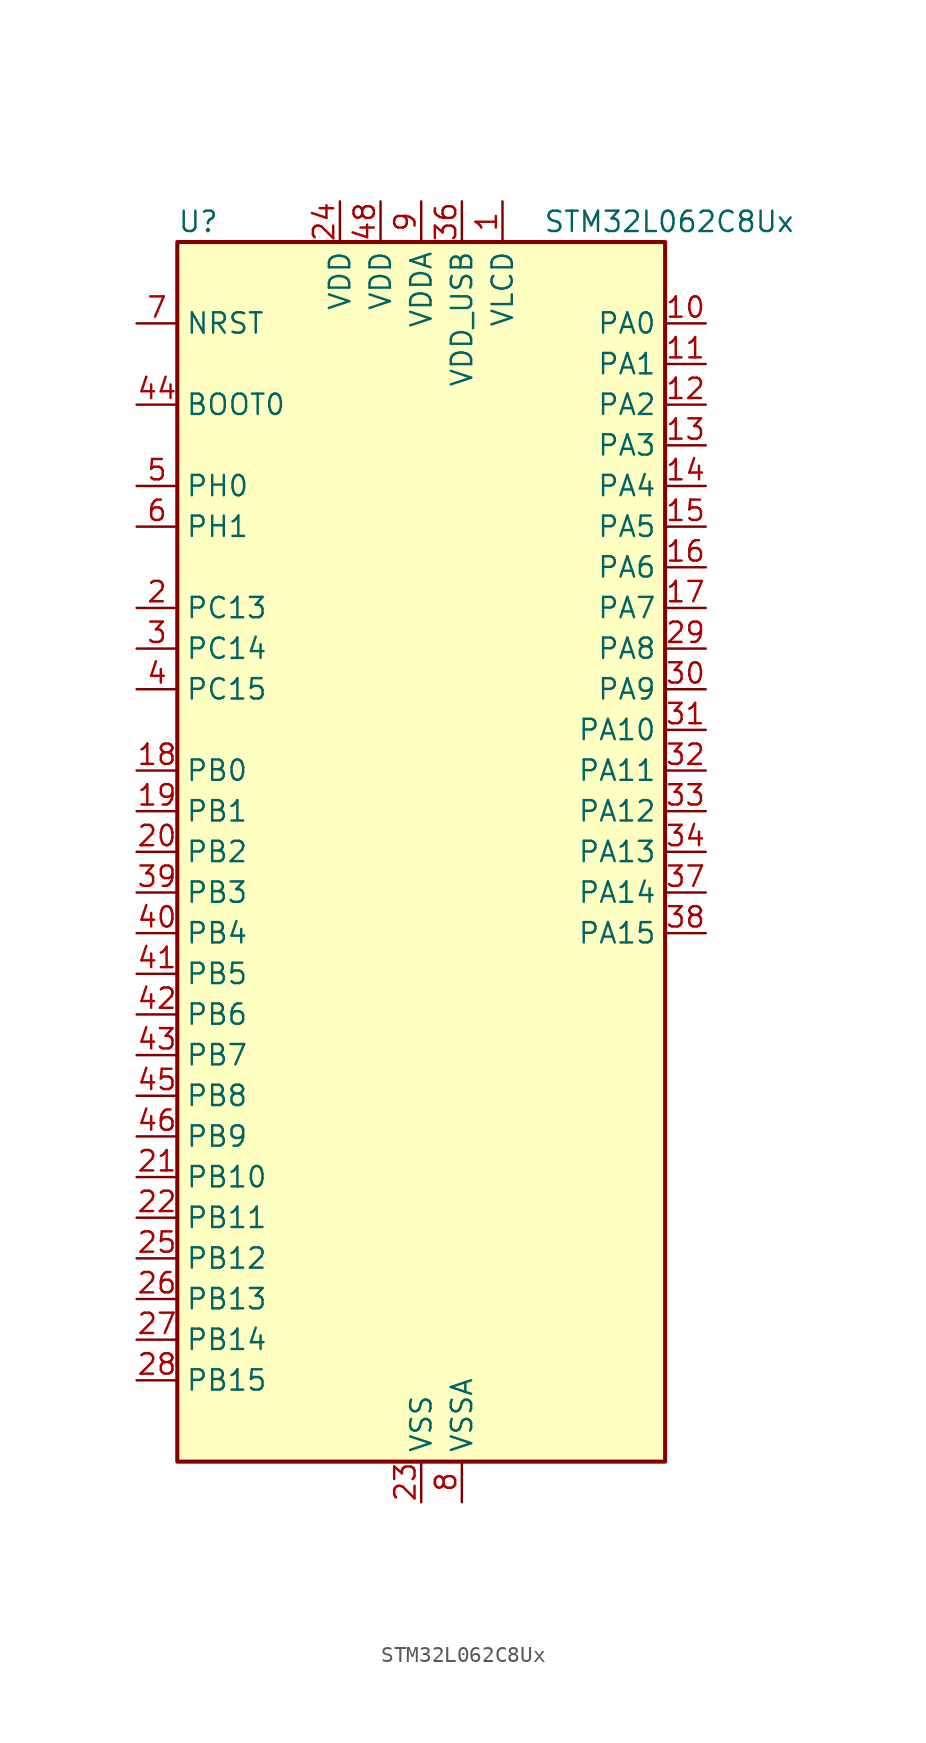
<source format=kicad_sym>
(kicad_symbol_lib
  (version 20241209)
  (generator "kicad_symbol_editor")
  (generator_version "9.0")
  (symbol "STM32L062C8Ux"
    (property "Reference" "U"
      (at -15.24 39.37 0)
      (effects (font (size 1.27 1.27)) (justify left)))
    (property "Value" "STM32L062C8Ux"
      (at 7.62 39.37 0)
      (effects (font (size 1.27 1.27)) (justify left)))
    (symbol "STM32L062C8Ux_0_1"
      (rectangle (start -15.24 -38.1) (end 15.24 38.1) (stroke (width 0.254) (type default)) (fill (type background))))
    (symbol "STM32L062C8Ux_1_1"
      (pin input line (at -17.78 33.02 0) (length 2.54) (name "NRST" (effects (font (size 1.27 1.27)))) (number "7" (effects (font (size 1.27 1.27)))))
      (pin input line (at -17.78 27.94 0) (length 2.54) (name "BOOT0" (effects (font (size 1.27 1.27)))) (number "44" (effects (font (size 1.27 1.27)))))
      (pin bidirectional line (at -17.78 22.86 0) (length 2.54) (name "PH0" (effects (font (size 1.27 1.27)))) (number "5" (effects (font (size 1.27 1.27)))) (alternate "CRS_SYNC" bidirectional line) (alternate "RCC_OSC_IN" bidirectional line))
      (pin bidirectional line (at -17.78 20.32 0) (length 2.54) (name "PH1" (effects (font (size 1.27 1.27)))) (number "6" (effects (font (size 1.27 1.27)))) (alternate "RCC_OSC_OUT" bidirectional line))
      (pin bidirectional line (at -17.78 15.24 0) (length 2.54) (name "PC13" (effects (font (size 1.27 1.27)))) (number "2" (effects (font (size 1.27 1.27)))) (alternate "RTC_OUT_ALARM" bidirectional line) (alternate "RTC_OUT_CALIB" bidirectional line) (alternate "RTC_TAMP1" bidirectional line) (alternate "RTC_TS" bidirectional line) (alternate "SYS_WKUP2" bidirectional line))
      (pin bidirectional line (at -17.78 12.7 0) (length 2.54) (name "PC14" (effects (font (size 1.27 1.27)))) (number "3" (effects (font (size 1.27 1.27)))) (alternate "RCC_OSC32_IN" bidirectional line))
      (pin bidirectional line (at -17.78 10.16 0) (length 2.54) (name "PC15" (effects (font (size 1.27 1.27)))) (number "4" (effects (font (size 1.27 1.27)))) (alternate "RCC_OSC32_OUT" bidirectional line))
      (pin bidirectional line (at -17.78 5.08 0) (length 2.54) (name "PB0" (effects (font (size 1.27 1.27)))) (number "18" (effects (font (size 1.27 1.27)))) (alternate "ADC_IN8" bidirectional line) (alternate "SYS_VREF_OUT_PB0" bidirectional line) (alternate "TSC_G3_IO2" bidirectional line))
      (pin bidirectional line (at -17.78 2.54 0) (length 2.54) (name "PB1" (effects (font (size 1.27 1.27)))) (number "19" (effects (font (size 1.27 1.27)))) (alternate "ADC_IN9" bidirectional line) (alternate "LPUART1_DE" bidirectional line) (alternate "LPUART1_RTS" bidirectional line) (alternate "SYS_VREF_OUT_PB1" bidirectional line) (alternate "TSC_G3_IO3" bidirectional line))
      (pin bidirectional line (at -17.78 0 0) (length 2.54) (name "PB2" (effects (font (size 1.27 1.27)))) (number "20" (effects (font (size 1.27 1.27)))) (alternate "LPTIM1_OUT" bidirectional line) (alternate "TSC_G3_IO4" bidirectional line))
      (pin bidirectional line (at -17.78 -2.54 0) (length 2.54) (name "PB3" (effects (font (size 1.27 1.27)))) (number "39" (effects (font (size 1.27 1.27)))) (alternate "COMP2_INM" bidirectional line) (alternate "SPI1_SCK" bidirectional line) (alternate "TIM2_CH2" bidirectional line) (alternate "TSC_G5_IO1" bidirectional line))
      (pin bidirectional line (at -17.78 -5.08 0) (length 2.54) (name "PB4" (effects (font (size 1.27 1.27)))) (number "40" (effects (font (size 1.27 1.27)))) (alternate "COMP2_INP" bidirectional line) (alternate "SPI1_MISO" bidirectional line) (alternate "TIM22_CH1" bidirectional line) (alternate "TSC_G5_IO2" bidirectional line))
      (pin bidirectional line (at -17.78 -7.62 0) (length 2.54) (name "PB5" (effects (font (size 1.27 1.27)))) (number "41" (effects (font (size 1.27 1.27)))) (alternate "COMP2_INP" bidirectional line) (alternate "I2C1_SMBA" bidirectional line) (alternate "LPTIM1_IN1" bidirectional line) (alternate "SPI1_MOSI" bidirectional line) (alternate "TIM22_CH2" bidirectional line))
      (pin bidirectional line (at -17.78 -10.16 0) (length 2.54) (name "PB6" (effects (font (size 1.27 1.27)))) (number "42" (effects (font (size 1.27 1.27)))) (alternate "COMP2_INP" bidirectional line) (alternate "I2C1_SCL" bidirectional line) (alternate "LPTIM1_ETR" bidirectional line) (alternate "TSC_G5_IO3" bidirectional line) (alternate "USART1_TX" bidirectional line))
      (pin bidirectional line (at -17.78 -12.7 0) (length 2.54) (name "PB7" (effects (font (size 1.27 1.27)))) (number "43" (effects (font (size 1.27 1.27)))) (alternate "COMP2_INP" bidirectional line) (alternate "I2C1_SDA" bidirectional line) (alternate "LPTIM1_IN2" bidirectional line) (alternate "SYS_PVD_IN" bidirectional line) (alternate "TSC_G5_IO4" bidirectional line) (alternate "USART1_RX" bidirectional line))
      (pin bidirectional line (at -17.78 -15.24 0) (length 2.54) (name "PB8" (effects (font (size 1.27 1.27)))) (number "45" (effects (font (size 1.27 1.27)))) (alternate "I2C1_SCL" bidirectional line) (alternate "TSC_SYNC" bidirectional line))
      (pin bidirectional line (at -17.78 -17.78 0) (length 2.54) (name "PB9" (effects (font (size 1.27 1.27)))) (number "46" (effects (font (size 1.27 1.27)))) (alternate "DAC_EXTI9" bidirectional line) (alternate "I2C1_SDA" bidirectional line) (alternate "I2S2_WS" bidirectional line) (alternate "SPI2_NSS" bidirectional line))
      (pin bidirectional line (at -17.78 -20.32 0) (length 2.54) (name "PB10" (effects (font (size 1.27 1.27)))) (number "21" (effects (font (size 1.27 1.27)))) (alternate "I2C2_SCL" bidirectional line) (alternate "LPUART1_TX" bidirectional line) (alternate "SPI2_SCK" bidirectional line) (alternate "TIM2_CH3" bidirectional line) (alternate "TSC_SYNC" bidirectional line))
      (pin bidirectional line (at -17.78 -22.86 0) (length 2.54) (name "PB11" (effects (font (size 1.27 1.27)))) (number "22" (effects (font (size 1.27 1.27)))) (alternate "ADC_EXTI11" bidirectional line) (alternate "I2C2_SDA" bidirectional line) (alternate "LPUART1_RX" bidirectional line) (alternate "TIM2_CH4" bidirectional line) (alternate "TSC_G6_IO1" bidirectional line))
      (pin bidirectional line (at -17.78 -25.4 0) (length 2.54) (name "PB12" (effects (font (size 1.27 1.27)))) (number "25" (effects (font (size 1.27 1.27)))) (alternate "I2S2_WS" bidirectional line) (alternate "LPUART1_DE" bidirectional line) (alternate "LPUART1_RTS" bidirectional line) (alternate "SPI2_NSS" bidirectional line) (alternate "TSC_G6_IO2" bidirectional line))
      (pin bidirectional line (at -17.78 -27.94 0) (length 2.54) (name "PB13" (effects (font (size 1.27 1.27)))) (number "26" (effects (font (size 1.27 1.27)))) (alternate "I2C2_SCL" bidirectional line) (alternate "I2S2_CK" bidirectional line) (alternate "LPUART1_CTS" bidirectional line) (alternate "SPI2_SCK" bidirectional line) (alternate "TIM21_CH1" bidirectional line) (alternate "TSC_G6_IO3" bidirectional line))
      (pin bidirectional line (at -17.78 -30.48 0) (length 2.54) (name "PB14" (effects (font (size 1.27 1.27)))) (number "27" (effects (font (size 1.27 1.27)))) (alternate "I2C2_SDA" bidirectional line) (alternate "I2S2_MCK" bidirectional line) (alternate "LPUART1_DE" bidirectional line) (alternate "LPUART1_RTS" bidirectional line) (alternate "RTC_OUT_ALARM" bidirectional line) (alternate "RTC_OUT_CALIB" bidirectional line) (alternate "SPI2_MISO" bidirectional line) (alternate "TIM21_CH2" bidirectional line) (alternate "TSC_G6_IO4" bidirectional line))
      (pin bidirectional line (at -17.78 -33.02 0) (length 2.54) (name "PB15" (effects (font (size 1.27 1.27)))) (number "28" (effects (font (size 1.27 1.27)))) (alternate "I2S2_SD" bidirectional line) (alternate "RTC_REFIN" bidirectional line) (alternate "SPI2_MOSI" bidirectional line))
      (pin power_in line (at -5.08 40.64 270) (length 2.54) (name "VDD" (effects (font (size 1.27 1.27)))) (number "24" (effects (font (size 1.27 1.27)))))
      (pin power_in line (at -2.54 40.64 270) (length 2.54) (name "VDD" (effects (font (size 1.27 1.27)))) (number "48" (effects (font (size 1.27 1.27)))))
      (pin power_in line (at 0 40.64 270) (length 2.54) (name "VDDA" (effects (font (size 1.27 1.27)))) (number "9" (effects (font (size 1.27 1.27)))))
      (pin power_in line (at 0 -40.64 90) (length 2.54) (name "VSS" (effects (font (size 1.27 1.27)))) (number "23" (effects (font (size 1.27 1.27)))))
      (pin passive line (at 0 -40.64 90) (length 2.54) (hide yes) (name "VSS" (effects (font (size 1.27 1.27)))) (number "35" (effects (font (size 1.27 1.27)))))
      (pin passive line (at 0 -40.64 90) (length 2.54) (hide yes) (name "VSS" (effects (font (size 1.27 1.27)))) (number "47" (effects (font (size 1.27 1.27)))))
      (pin passive line (at 0 -40.64 90) (length 2.54) (hide yes) (name "VSS" (effects (font (size 1.27 1.27)))) (number "49" (effects (font (size 1.27 1.27)))))
      (pin power_in line (at 2.54 40.64 270) (length 2.54) (name "VDD_USB" (effects (font (size 1.27 1.27)))) (number "36" (effects (font (size 1.27 1.27)))))
      (pin power_in line (at 2.54 -40.64 90) (length 2.54) (name "VSSA" (effects (font (size 1.27 1.27)))) (number "8" (effects (font (size 1.27 1.27)))))
      (pin power_in line (at 5.08 40.64 270) (length 2.54) (name "VLCD" (effects (font (size 1.27 1.27)))) (number "1" (effects (font (size 1.27 1.27)))))
      (pin bidirectional line (at 17.78 33.02 180) (length 2.54) (name "PA0" (effects (font (size 1.27 1.27)))) (number "10" (effects (font (size 1.27 1.27)))) (alternate "ADC_IN0" bidirectional line) (alternate "COMP1_INM" bidirectional line) (alternate "COMP1_OUT" bidirectional line) (alternate "RTC_TAMP2" bidirectional line) (alternate "SYS_WKUP1" bidirectional line) (alternate "TIM2_CH1" bidirectional line) (alternate "TIM2_ETR" bidirectional line) (alternate "TSC_G1_IO1" bidirectional line) (alternate "USART2_CTS" bidirectional line))
      (pin bidirectional line (at 17.78 30.48 180) (length 2.54) (name "PA1" (effects (font (size 1.27 1.27)))) (number "11" (effects (font (size 1.27 1.27)))) (alternate "ADC_IN1" bidirectional line) (alternate "COMP1_INP" bidirectional line) (alternate "TIM21_ETR" bidirectional line) (alternate "TIM2_CH2" bidirectional line) (alternate "TSC_G1_IO2" bidirectional line) (alternate "USART2_DE" bidirectional line) (alternate "USART2_RTS" bidirectional line))
      (pin bidirectional line (at 17.78 27.94 180) (length 2.54) (name "PA2" (effects (font (size 1.27 1.27)))) (number "12" (effects (font (size 1.27 1.27)))) (alternate "ADC_IN2" bidirectional line) (alternate "COMP2_INM" bidirectional line) (alternate "COMP2_OUT" bidirectional line) (alternate "TIM21_CH1" bidirectional line) (alternate "TIM2_CH3" bidirectional line) (alternate "TSC_G1_IO3" bidirectional line) (alternate "USART2_TX" bidirectional line))
      (pin bidirectional line (at 17.78 25.4 180) (length 2.54) (name "PA3" (effects (font (size 1.27 1.27)))) (number "13" (effects (font (size 1.27 1.27)))) (alternate "ADC_IN3" bidirectional line) (alternate "COMP2_INP" bidirectional line) (alternate "TIM21_CH2" bidirectional line) (alternate "TIM2_CH4" bidirectional line) (alternate "TSC_G1_IO4" bidirectional line) (alternate "USART2_RX" bidirectional line))
      (pin bidirectional line (at 17.78 22.86 180) (length 2.54) (name "PA4" (effects (font (size 1.27 1.27)))) (number "14" (effects (font (size 1.27 1.27)))) (alternate "ADC_IN4" bidirectional line) (alternate "COMP1_INM" bidirectional line) (alternate "COMP2_INM" bidirectional line) (alternate "DAC_OUT1" bidirectional line) (alternate "SPI1_NSS" bidirectional line) (alternate "TIM22_ETR" bidirectional line) (alternate "TSC_G2_IO1" bidirectional line) (alternate "USART2_CK" bidirectional line))
      (pin bidirectional line (at 17.78 20.32 180) (length 2.54) (name "PA5" (effects (font (size 1.27 1.27)))) (number "15" (effects (font (size 1.27 1.27)))) (alternate "ADC_IN5" bidirectional line) (alternate "COMP1_INM" bidirectional line) (alternate "COMP2_INM" bidirectional line) (alternate "SPI1_SCK" bidirectional line) (alternate "TIM2_CH1" bidirectional line) (alternate "TIM2_ETR" bidirectional line) (alternate "TSC_G2_IO2" bidirectional line))
      (pin bidirectional line (at 17.78 17.78 180) (length 2.54) (name "PA6" (effects (font (size 1.27 1.27)))) (number "16" (effects (font (size 1.27 1.27)))) (alternate "ADC_IN6" bidirectional line) (alternate "COMP1_OUT" bidirectional line) (alternate "LPUART1_CTS" bidirectional line) (alternate "SPI1_MISO" bidirectional line) (alternate "TIM22_CH1" bidirectional line) (alternate "TSC_G2_IO3" bidirectional line))
      (pin bidirectional line (at 17.78 15.24 180) (length 2.54) (name "PA7" (effects (font (size 1.27 1.27)))) (number "17" (effects (font (size 1.27 1.27)))) (alternate "ADC_IN7" bidirectional line) (alternate "COMP2_OUT" bidirectional line) (alternate "SPI1_MOSI" bidirectional line) (alternate "TIM22_CH2" bidirectional line) (alternate "TSC_G2_IO4" bidirectional line))
      (pin bidirectional line (at 17.78 12.7 180) (length 2.54) (name "PA8" (effects (font (size 1.27 1.27)))) (number "29" (effects (font (size 1.27 1.27)))) (alternate "CRS_SYNC" bidirectional line) (alternate "RCC_MCO" bidirectional line) (alternate "USART1_CK" bidirectional line))
      (pin bidirectional line (at 17.78 10.16 180) (length 2.54) (name "PA9" (effects (font (size 1.27 1.27)))) (number "30" (effects (font (size 1.27 1.27)))) (alternate "DAC_EXTI9" bidirectional line) (alternate "RCC_MCO" bidirectional line) (alternate "TSC_G4_IO1" bidirectional line) (alternate "USART1_TX" bidirectional line))
      (pin bidirectional line (at 17.78 7.62 180) (length 2.54) (name "PA10" (effects (font (size 1.27 1.27)))) (number "31" (effects (font (size 1.27 1.27)))) (alternate "TSC_G4_IO2" bidirectional line) (alternate "USART1_RX" bidirectional line))
      (pin bidirectional line (at 17.78 5.08 180) (length 2.54) (name "PA11" (effects (font (size 1.27 1.27)))) (number "32" (effects (font (size 1.27 1.27)))) (alternate "ADC_EXTI11" bidirectional line) (alternate "COMP1_OUT" bidirectional line) (alternate "SPI1_MISO" bidirectional line) (alternate "TSC_G4_IO3" bidirectional line) (alternate "USART1_CTS" bidirectional line) (alternate "USB_DM" bidirectional line))
      (pin bidirectional line (at 17.78 2.54 180) (length 2.54) (name "PA12" (effects (font (size 1.27 1.27)))) (number "33" (effects (font (size 1.27 1.27)))) (alternate "COMP2_OUT" bidirectional line) (alternate "SPI1_MOSI" bidirectional line) (alternate "TSC_G4_IO4" bidirectional line) (alternate "USART1_DE" bidirectional line) (alternate "USART1_RTS" bidirectional line) (alternate "USB_DP" bidirectional line))
      (pin bidirectional line (at 17.78 0 180) (length 2.54) (name "PA13" (effects (font (size 1.27 1.27)))) (number "34" (effects (font (size 1.27 1.27)))) (alternate "SYS_SWDIO" bidirectional line) (alternate "USB_NOE" bidirectional line))
      (pin bidirectional line (at 17.78 -2.54 180) (length 2.54) (name "PA14" (effects (font (size 1.27 1.27)))) (number "37" (effects (font (size 1.27 1.27)))) (alternate "SYS_SWCLK" bidirectional line) (alternate "USART2_TX" bidirectional line))
      (pin bidirectional line (at 17.78 -5.08 180) (length 2.54) (name "PA15" (effects (font (size 1.27 1.27)))) (number "38" (effects (font (size 1.27 1.27)))) (alternate "SPI1_NSS" bidirectional line) (alternate "TIM2_CH1" bidirectional line) (alternate "TIM2_ETR" bidirectional line) (alternate "USART2_RX" bidirectional line)))))
</source>
